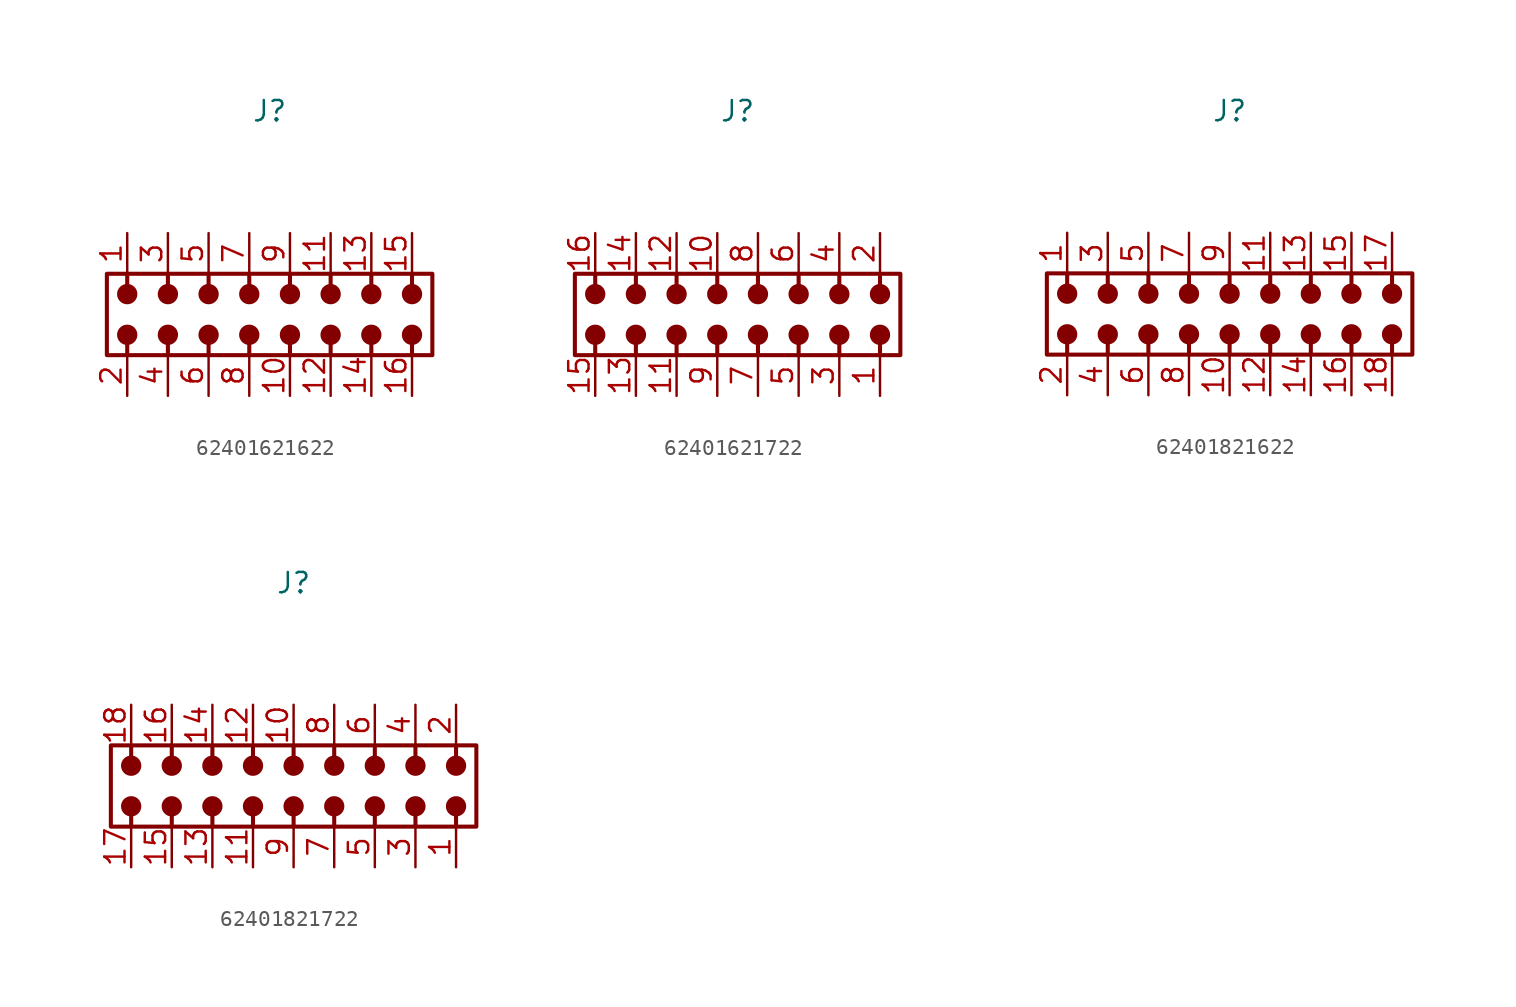
<source format=kicad_sym>
(kicad_symbol_lib
  (version 20241209)
  (generator "kicad_symbol_editor")
  (generator_version "9.0")
  (symbol "62401621622"
    (pin_names
      (hide yes))
    (property "Reference" "J"
      (at 0 12.7 0)
      (effects (font (size 1.27 1.27))))
    (symbol "62401621622_1_1"
      (rectangle (start -10.16 2.54) (end 10.16 -2.54) (stroke (width 0.254) (type solid)) (fill (type none)))
      (polyline (pts (xy -8.89 1.778) (xy -8.89 2.54)) (stroke (width 0.254) (type solid)) (fill (type none)))
      (circle (center -8.89 1.27) (radius 0.508) (stroke (width 0.254) (type solid)) (fill (type outline)))
      (circle (center -8.89 -1.27) (radius 0.508) (stroke (width 0.254) (type solid)) (fill (type outline)))
      (polyline (pts (xy -8.89 -1.778) (xy -8.89 -2.54)) (stroke (width 0.254) (type solid)) (fill (type none)))
      (polyline (pts (xy -6.35 1.778) (xy -6.35 2.54)) (stroke (width 0.254) (type solid)) (fill (type none)))
      (circle (center -6.35 1.27) (radius 0.508) (stroke (width 0.254) (type solid)) (fill (type outline)))
      (circle (center -6.35 -1.27) (radius 0.508) (stroke (width 0.254) (type solid)) (fill (type outline)))
      (polyline (pts (xy -6.35 -1.778) (xy -6.35 -2.54)) (stroke (width 0.254) (type solid)) (fill (type none)))
      (polyline (pts (xy -3.81 1.778) (xy -3.81 2.54)) (stroke (width 0.254) (type solid)) (fill (type none)))
      (circle (center -3.81 1.27) (radius 0.508) (stroke (width 0.254) (type solid)) (fill (type outline)))
      (circle (center -3.81 -1.27) (radius 0.508) (stroke (width 0.254) (type solid)) (fill (type outline)))
      (polyline (pts (xy -3.81 -1.778) (xy -3.81 -2.54)) (stroke (width 0.254) (type solid)) (fill (type none)))
      (polyline (pts (xy -1.27 1.778) (xy -1.27 2.54)) (stroke (width 0.254) (type solid)) (fill (type none)))
      (circle (center -1.27 1.27) (radius 0.508) (stroke (width 0.254) (type solid)) (fill (type outline)))
      (circle (center -1.27 -1.27) (radius 0.508) (stroke (width 0.254) (type solid)) (fill (type outline)))
      (polyline (pts (xy -1.27 -1.778) (xy -1.27 -2.54)) (stroke (width 0.254) (type solid)) (fill (type none)))
      (polyline (pts (xy 1.27 1.778) (xy 1.27 2.54)) (stroke (width 0.254) (type solid)) (fill (type none)))
      (circle (center 1.27 1.27) (radius 0.508) (stroke (width 0.254) (type solid)) (fill (type outline)))
      (circle (center 1.27 -1.27) (radius 0.508) (stroke (width 0.254) (type solid)) (fill (type outline)))
      (polyline (pts (xy 1.27 -1.778) (xy 1.27 -2.54)) (stroke (width 0.254) (type solid)) (fill (type none)))
      (polyline (pts (xy 3.81 1.778) (xy 3.81 2.54)) (stroke (width 0.254) (type solid)) (fill (type none)))
      (circle (center 3.81 1.27) (radius 0.508) (stroke (width 0.254) (type solid)) (fill (type outline)))
      (circle (center 3.81 -1.27) (radius 0.508) (stroke (width 0.254) (type solid)) (fill (type outline)))
      (polyline (pts (xy 3.81 -1.778) (xy 3.81 -2.54)) (stroke (width 0.254) (type solid)) (fill (type none)))
      (polyline (pts (xy 6.35 1.778) (xy 6.35 2.54)) (stroke (width 0.254) (type solid)) (fill (type none)))
      (circle (center 6.35 1.27) (radius 0.508) (stroke (width 0.254) (type solid)) (fill (type outline)))
      (circle (center 6.35 -1.27) (radius 0.508) (stroke (width 0.254) (type solid)) (fill (type outline)))
      (polyline (pts (xy 6.35 -1.778) (xy 6.35 -2.54)) (stroke (width 0.254) (type solid)) (fill (type none)))
      (polyline (pts (xy 8.89 1.778) (xy 8.89 2.54)) (stroke (width 0.254) (type solid)) (fill (type none)))
      (circle (center 8.89 1.27) (radius 0.508) (stroke (width 0.254) (type solid)) (fill (type outline)))
      (circle (center 8.89 -1.27) (radius 0.508) (stroke (width 0.254) (type solid)) (fill (type outline)))
      (polyline (pts (xy 8.89 -1.778) (xy 8.89 -2.54)) (stroke (width 0.254) (type solid)) (fill (type none)))
      (pin passive line (at -8.89 5.08 270) (length 2.54) (name "1" (effects (font (size 1.27 1.27)))) (number "1" (effects (font (size 1.27 1.27)))))
      (pin passive line (at -8.89 -5.08 90) (length 2.54) (name "2" (effects (font (size 1.27 1.27)))) (number "2" (effects (font (size 1.27 1.27)))))
      (pin passive line (at -6.35 5.08 270) (length 2.54) (name "3" (effects (font (size 1.27 1.27)))) (number "3" (effects (font (size 1.27 1.27)))))
      (pin passive line (at -6.35 -5.08 90) (length 2.54) (name "4" (effects (font (size 1.27 1.27)))) (number "4" (effects (font (size 1.27 1.27)))))
      (pin passive line (at -3.81 5.08 270) (length 2.54) (name "5" (effects (font (size 1.27 1.27)))) (number "5" (effects (font (size 1.27 1.27)))))
      (pin passive line (at -3.81 -5.08 90) (length 2.54) (name "6" (effects (font (size 1.27 1.27)))) (number "6" (effects (font (size 1.27 1.27)))))
      (pin passive line (at -1.27 5.08 270) (length 2.54) (name "7" (effects (font (size 1.27 1.27)))) (number "7" (effects (font (size 1.27 1.27)))))
      (pin passive line (at -1.27 -5.08 90) (length 2.54) (name "8" (effects (font (size 1.27 1.27)))) (number "8" (effects (font (size 1.27 1.27)))))
      (pin passive line (at 1.27 5.08 270) (length 2.54) (name "9" (effects (font (size 1.27 1.27)))) (number "9" (effects (font (size 1.27 1.27)))))
      (pin passive line (at 1.27 -5.08 90) (length 2.54) (name "10" (effects (font (size 1.27 1.27)))) (number "10" (effects (font (size 1.27 1.27)))))
      (pin passive line (at 3.81 5.08 270) (length 2.54) (name "11" (effects (font (size 1.27 1.27)))) (number "11" (effects (font (size 1.27 1.27)))))
      (pin passive line (at 3.81 -5.08 90) (length 2.54) (name "12" (effects (font (size 1.27 1.27)))) (number "12" (effects (font (size 1.27 1.27)))))
      (pin passive line (at 6.35 5.08 270) (length 2.54) (name "13" (effects (font (size 1.27 1.27)))) (number "13" (effects (font (size 1.27 1.27)))))
      (pin passive line (at 6.35 -5.08 90) (length 2.54) (name "14" (effects (font (size 1.27 1.27)))) (number "14" (effects (font (size 1.27 1.27)))))
      (pin passive line (at 8.89 5.08 270) (length 2.54) (name "15" (effects (font (size 1.27 1.27)))) (number "15" (effects (font (size 1.27 1.27)))))
      (pin passive line (at 8.89 -5.08 90) (length 2.54) (name "16" (effects (font (size 1.27 1.27)))) (number "16" (effects (font (size 1.27 1.27)))))))
  (symbol "62401621722"
    (pin_names
      (hide yes))
    (property "Reference" "J"
      (at 0 12.7 0)
      (effects (font (size 1.27 1.27))))
    (symbol "62401621722_1_1"
      (rectangle (start -10.16 2.54) (end 10.16 -2.54) (stroke (width 0.254) (type solid)) (fill (type none)))
      (polyline (pts (xy -8.89 1.778) (xy -8.89 2.54)) (stroke (width 0.254) (type solid)) (fill (type none)))
      (circle (center -8.89 1.27) (radius 0.508) (stroke (width 0.254) (type solid)) (fill (type outline)))
      (circle (center -8.89 -1.27) (radius 0.508) (stroke (width 0.254) (type solid)) (fill (type outline)))
      (polyline (pts (xy -8.89 -1.778) (xy -8.89 -2.54)) (stroke (width 0.254) (type solid)) (fill (type none)))
      (polyline (pts (xy -6.35 1.778) (xy -6.35 2.54)) (stroke (width 0.254) (type solid)) (fill (type none)))
      (circle (center -6.35 1.27) (radius 0.508) (stroke (width 0.254) (type solid)) (fill (type outline)))
      (circle (center -6.35 -1.27) (radius 0.508) (stroke (width 0.254) (type solid)) (fill (type outline)))
      (polyline (pts (xy -6.35 -1.778) (xy -6.35 -2.54)) (stroke (width 0.254) (type solid)) (fill (type none)))
      (polyline (pts (xy -3.81 1.778) (xy -3.81 2.54)) (stroke (width 0.254) (type solid)) (fill (type none)))
      (circle (center -3.81 1.27) (radius 0.508) (stroke (width 0.254) (type solid)) (fill (type outline)))
      (circle (center -3.81 -1.27) (radius 0.508) (stroke (width 0.254) (type solid)) (fill (type outline)))
      (polyline (pts (xy -3.81 -1.778) (xy -3.81 -2.54)) (stroke (width 0.254) (type solid)) (fill (type none)))
      (polyline (pts (xy -1.27 1.778) (xy -1.27 2.54)) (stroke (width 0.254) (type solid)) (fill (type none)))
      (circle (center -1.27 1.27) (radius 0.508) (stroke (width 0.254) (type solid)) (fill (type outline)))
      (circle (center -1.27 -1.27) (radius 0.508) (stroke (width 0.254) (type solid)) (fill (type outline)))
      (polyline (pts (xy -1.27 -1.778) (xy -1.27 -2.54)) (stroke (width 0.254) (type solid)) (fill (type none)))
      (polyline (pts (xy 1.27 1.778) (xy 1.27 2.54)) (stroke (width 0.254) (type solid)) (fill (type none)))
      (circle (center 1.27 1.27) (radius 0.508) (stroke (width 0.254) (type solid)) (fill (type outline)))
      (circle (center 1.27 -1.27) (radius 0.508) (stroke (width 0.254) (type solid)) (fill (type outline)))
      (polyline (pts (xy 1.27 -1.778) (xy 1.27 -2.54)) (stroke (width 0.254) (type solid)) (fill (type none)))
      (polyline (pts (xy 3.81 1.778) (xy 3.81 2.54)) (stroke (width 0.254) (type solid)) (fill (type none)))
      (circle (center 3.81 1.27) (radius 0.508) (stroke (width 0.254) (type solid)) (fill (type outline)))
      (circle (center 3.81 -1.27) (radius 0.508) (stroke (width 0.254) (type solid)) (fill (type outline)))
      (polyline (pts (xy 3.81 -1.778) (xy 3.81 -2.54)) (stroke (width 0.254) (type solid)) (fill (type none)))
      (polyline (pts (xy 6.35 1.778) (xy 6.35 2.54)) (stroke (width 0.254) (type solid)) (fill (type none)))
      (circle (center 6.35 1.27) (radius 0.508) (stroke (width 0.254) (type solid)) (fill (type outline)))
      (circle (center 6.35 -1.27) (radius 0.508) (stroke (width 0.254) (type solid)) (fill (type outline)))
      (polyline (pts (xy 6.35 -1.778) (xy 6.35 -2.54)) (stroke (width 0.254) (type solid)) (fill (type none)))
      (polyline (pts (xy 8.89 1.778) (xy 8.89 2.54)) (stroke (width 0.254) (type solid)) (fill (type none)))
      (circle (center 8.89 1.27) (radius 0.508) (stroke (width 0.254) (type solid)) (fill (type outline)))
      (circle (center 8.89 -1.27) (radius 0.508) (stroke (width 0.254) (type solid)) (fill (type outline)))
      (polyline (pts (xy 8.89 -1.778) (xy 8.89 -2.54)) (stroke (width 0.254) (type solid)) (fill (type none)))
      (pin passive line (at -8.89 5.08 270) (length 2.54) (name "16" (effects (font (size 1.27 1.27)))) (number "16" (effects (font (size 1.27 1.27)))))
      (pin passive line (at -8.89 -5.08 90) (length 2.54) (name "15" (effects (font (size 1.27 1.27)))) (number "15" (effects (font (size 1.27 1.27)))))
      (pin passive line (at -6.35 5.08 270) (length 2.54) (name "14" (effects (font (size 1.27 1.27)))) (number "14" (effects (font (size 1.27 1.27)))))
      (pin passive line (at -6.35 -5.08 90) (length 2.54) (name "13" (effects (font (size 1.27 1.27)))) (number "13" (effects (font (size 1.27 1.27)))))
      (pin passive line (at -3.81 5.08 270) (length 2.54) (name "12" (effects (font (size 1.27 1.27)))) (number "12" (effects (font (size 1.27 1.27)))))
      (pin passive line (at -3.81 -5.08 90) (length 2.54) (name "11" (effects (font (size 1.27 1.27)))) (number "11" (effects (font (size 1.27 1.27)))))
      (pin passive line (at -1.27 5.08 270) (length 2.54) (name "10" (effects (font (size 1.27 1.27)))) (number "10" (effects (font (size 1.27 1.27)))))
      (pin passive line (at -1.27 -5.08 90) (length 2.54) (name "9" (effects (font (size 1.27 1.27)))) (number "9" (effects (font (size 1.27 1.27)))))
      (pin passive line (at 1.27 5.08 270) (length 2.54) (name "8" (effects (font (size 1.27 1.27)))) (number "8" (effects (font (size 1.27 1.27)))))
      (pin passive line (at 1.27 -5.08 90) (length 2.54) (name "7" (effects (font (size 1.27 1.27)))) (number "7" (effects (font (size 1.27 1.27)))))
      (pin passive line (at 3.81 5.08 270) (length 2.54) (name "6" (effects (font (size 1.27 1.27)))) (number "6" (effects (font (size 1.27 1.27)))))
      (pin passive line (at 3.81 -5.08 90) (length 2.54) (name "5" (effects (font (size 1.27 1.27)))) (number "5" (effects (font (size 1.27 1.27)))))
      (pin passive line (at 6.35 5.08 270) (length 2.54) (name "4" (effects (font (size 1.27 1.27)))) (number "4" (effects (font (size 1.27 1.27)))))
      (pin passive line (at 6.35 -5.08 90) (length 2.54) (name "3" (effects (font (size 1.27 1.27)))) (number "3" (effects (font (size 1.27 1.27)))))
      (pin passive line (at 8.89 5.08 270) (length 2.54) (name "2" (effects (font (size 1.27 1.27)))) (number "2" (effects (font (size 1.27 1.27)))))
      (pin passive line (at 8.89 -5.08 90) (length 2.54) (name "1" (effects (font (size 1.27 1.27)))) (number "1" (effects (font (size 1.27 1.27)))))))
  (symbol "62401821622"
    (pin_names
      (hide yes))
    (property "Reference" "J"
      (at 0 12.7 0)
      (effects (font (size 1.27 1.27))))
    (symbol "62401821622_1_1"
      (rectangle (start -11.43 2.54) (end 11.43 -2.54) (stroke (width 0.254) (type solid)) (fill (type none)))
      (polyline (pts (xy -10.16 1.778) (xy -10.16 2.54)) (stroke (width 0.254) (type solid)) (fill (type none)))
      (circle (center -10.16 1.27) (radius 0.508) (stroke (width 0.254) (type solid)) (fill (type outline)))
      (circle (center -10.16 -1.27) (radius 0.508) (stroke (width 0.254) (type solid)) (fill (type outline)))
      (polyline (pts (xy -10.16 -1.778) (xy -10.16 -2.54)) (stroke (width 0.254) (type solid)) (fill (type none)))
      (polyline (pts (xy -7.62 1.778) (xy -7.62 2.54)) (stroke (width 0.254) (type solid)) (fill (type none)))
      (circle (center -7.62 1.27) (radius 0.508) (stroke (width 0.254) (type solid)) (fill (type outline)))
      (circle (center -7.62 -1.27) (radius 0.508) (stroke (width 0.254) (type solid)) (fill (type outline)))
      (polyline (pts (xy -7.62 -1.778) (xy -7.62 -2.54)) (stroke (width 0.254) (type solid)) (fill (type none)))
      (polyline (pts (xy -5.08 1.778) (xy -5.08 2.54)) (stroke (width 0.254) (type solid)) (fill (type none)))
      (circle (center -5.08 1.27) (radius 0.508) (stroke (width 0.254) (type solid)) (fill (type outline)))
      (circle (center -5.08 -1.27) (radius 0.508) (stroke (width 0.254) (type solid)) (fill (type outline)))
      (polyline (pts (xy -5.08 -1.778) (xy -5.08 -2.54)) (stroke (width 0.254) (type solid)) (fill (type none)))
      (polyline (pts (xy -2.54 1.778) (xy -2.54 2.54)) (stroke (width 0.254) (type solid)) (fill (type none)))
      (circle (center -2.54 1.27) (radius 0.508) (stroke (width 0.254) (type solid)) (fill (type outline)))
      (circle (center -2.54 -1.27) (radius 0.508) (stroke (width 0.254) (type solid)) (fill (type outline)))
      (polyline (pts (xy -2.54 -1.778) (xy -2.54 -2.54)) (stroke (width 0.254) (type solid)) (fill (type none)))
      (polyline (pts (xy 0 1.778) (xy 0 2.54)) (stroke (width 0.254) (type solid)) (fill (type none)))
      (circle (center 0 1.27) (radius 0.508) (stroke (width 0.254) (type solid)) (fill (type outline)))
      (circle (center 0 -1.27) (radius 0.508) (stroke (width 0.254) (type solid)) (fill (type outline)))
      (polyline (pts (xy 0 -1.778) (xy 0 -2.54)) (stroke (width 0.254) (type solid)) (fill (type none)))
      (polyline (pts (xy 2.54 1.778) (xy 2.54 2.54)) (stroke (width 0.254) (type solid)) (fill (type none)))
      (circle (center 2.54 1.27) (radius 0.508) (stroke (width 0.254) (type solid)) (fill (type outline)))
      (circle (center 2.54 -1.27) (radius 0.508) (stroke (width 0.254) (type solid)) (fill (type outline)))
      (polyline (pts (xy 2.54 -1.778) (xy 2.54 -2.54)) (stroke (width 0.254) (type solid)) (fill (type none)))
      (polyline (pts (xy 5.08 1.778) (xy 5.08 2.54)) (stroke (width 0.254) (type solid)) (fill (type none)))
      (circle (center 5.08 1.27) (radius 0.508) (stroke (width 0.254) (type solid)) (fill (type outline)))
      (circle (center 5.08 -1.27) (radius 0.508) (stroke (width 0.254) (type solid)) (fill (type outline)))
      (polyline (pts (xy 5.08 -1.778) (xy 5.08 -2.54)) (stroke (width 0.254) (type solid)) (fill (type none)))
      (polyline (pts (xy 7.62 1.778) (xy 7.62 2.54)) (stroke (width 0.254) (type solid)) (fill (type none)))
      (circle (center 7.62 1.27) (radius 0.508) (stroke (width 0.254) (type solid)) (fill (type outline)))
      (circle (center 7.62 -1.27) (radius 0.508) (stroke (width 0.254) (type solid)) (fill (type outline)))
      (polyline (pts (xy 7.62 -1.778) (xy 7.62 -2.54)) (stroke (width 0.254) (type solid)) (fill (type none)))
      (polyline (pts (xy 10.16 1.778) (xy 10.16 2.54)) (stroke (width 0.254) (type solid)) (fill (type none)))
      (circle (center 10.16 1.27) (radius 0.508) (stroke (width 0.254) (type solid)) (fill (type outline)))
      (circle (center 10.16 -1.27) (radius 0.508) (stroke (width 0.254) (type solid)) (fill (type outline)))
      (polyline (pts (xy 10.16 -1.778) (xy 10.16 -2.54)) (stroke (width 0.254) (type solid)) (fill (type none)))
      (pin passive line (at -10.16 5.08 270) (length 2.54) (name "1" (effects (font (size 1.27 1.27)))) (number "1" (effects (font (size 1.27 1.27)))))
      (pin passive line (at -10.16 -5.08 90) (length 2.54) (name "2" (effects (font (size 1.27 1.27)))) (number "2" (effects (font (size 1.27 1.27)))))
      (pin passive line (at -7.62 5.08 270) (length 2.54) (name "3" (effects (font (size 1.27 1.27)))) (number "3" (effects (font (size 1.27 1.27)))))
      (pin passive line (at -7.62 -5.08 90) (length 2.54) (name "4" (effects (font (size 1.27 1.27)))) (number "4" (effects (font (size 1.27 1.27)))))
      (pin passive line (at -5.08 5.08 270) (length 2.54) (name "5" (effects (font (size 1.27 1.27)))) (number "5" (effects (font (size 1.27 1.27)))))
      (pin passive line (at -5.08 -5.08 90) (length 2.54) (name "6" (effects (font (size 1.27 1.27)))) (number "6" (effects (font (size 1.27 1.27)))))
      (pin passive line (at -2.54 5.08 270) (length 2.54) (name "7" (effects (font (size 1.27 1.27)))) (number "7" (effects (font (size 1.27 1.27)))))
      (pin passive line (at -2.54 -5.08 90) (length 2.54) (name "8" (effects (font (size 1.27 1.27)))) (number "8" (effects (font (size 1.27 1.27)))))
      (pin passive line (at 0 5.08 270) (length 2.54) (name "9" (effects (font (size 1.27 1.27)))) (number "9" (effects (font (size 1.27 1.27)))))
      (pin passive line (at 0 -5.08 90) (length 2.54) (name "10" (effects (font (size 1.27 1.27)))) (number "10" (effects (font (size 1.27 1.27)))))
      (pin passive line (at 2.54 5.08 270) (length 2.54) (name "11" (effects (font (size 1.27 1.27)))) (number "11" (effects (font (size 1.27 1.27)))))
      (pin passive line (at 2.54 -5.08 90) (length 2.54) (name "12" (effects (font (size 1.27 1.27)))) (number "12" (effects (font (size 1.27 1.27)))))
      (pin passive line (at 5.08 5.08 270) (length 2.54) (name "13" (effects (font (size 1.27 1.27)))) (number "13" (effects (font (size 1.27 1.27)))))
      (pin passive line (at 5.08 -5.08 90) (length 2.54) (name "14" (effects (font (size 1.27 1.27)))) (number "14" (effects (font (size 1.27 1.27)))))
      (pin passive line (at 7.62 5.08 270) (length 2.54) (name "15" (effects (font (size 1.27 1.27)))) (number "15" (effects (font (size 1.27 1.27)))))
      (pin passive line (at 7.62 -5.08 90) (length 2.54) (name "16" (effects (font (size 1.27 1.27)))) (number "16" (effects (font (size 1.27 1.27)))))
      (pin passive line (at 10.16 5.08 270) (length 2.54) (name "17" (effects (font (size 1.27 1.27)))) (number "17" (effects (font (size 1.27 1.27)))))
      (pin passive line (at 10.16 -5.08 90) (length 2.54) (name "18" (effects (font (size 1.27 1.27)))) (number "18" (effects (font (size 1.27 1.27)))))))
  (symbol "62401821722"
    (pin_names
      (hide yes))
    (property "Reference" "J"
      (at 0 12.7 0)
      (effects (font (size 1.27 1.27))))
    (symbol "62401821722_1_1"
      (rectangle (start -11.43 2.54) (end 11.43 -2.54) (stroke (width 0.254) (type solid)) (fill (type none)))
      (polyline (pts (xy -10.16 1.778) (xy -10.16 2.54)) (stroke (width 0.254) (type solid)) (fill (type none)))
      (circle (center -10.16 1.27) (radius 0.508) (stroke (width 0.254) (type solid)) (fill (type outline)))
      (circle (center -10.16 -1.27) (radius 0.508) (stroke (width 0.254) (type solid)) (fill (type outline)))
      (polyline (pts (xy -10.16 -1.778) (xy -10.16 -2.54)) (stroke (width 0.254) (type solid)) (fill (type none)))
      (polyline (pts (xy -7.62 1.778) (xy -7.62 2.54)) (stroke (width 0.254) (type solid)) (fill (type none)))
      (circle (center -7.62 1.27) (radius 0.508) (stroke (width 0.254) (type solid)) (fill (type outline)))
      (circle (center -7.62 -1.27) (radius 0.508) (stroke (width 0.254) (type solid)) (fill (type outline)))
      (polyline (pts (xy -7.62 -1.778) (xy -7.62 -2.54)) (stroke (width 0.254) (type solid)) (fill (type none)))
      (polyline (pts (xy -5.08 1.778) (xy -5.08 2.54)) (stroke (width 0.254) (type solid)) (fill (type none)))
      (circle (center -5.08 1.27) (radius 0.508) (stroke (width 0.254) (type solid)) (fill (type outline)))
      (circle (center -5.08 -1.27) (radius 0.508) (stroke (width 0.254) (type solid)) (fill (type outline)))
      (polyline (pts (xy -5.08 -1.778) (xy -5.08 -2.54)) (stroke (width 0.254) (type solid)) (fill (type none)))
      (polyline (pts (xy -2.54 1.778) (xy -2.54 2.54)) (stroke (width 0.254) (type solid)) (fill (type none)))
      (circle (center -2.54 1.27) (radius 0.508) (stroke (width 0.254) (type solid)) (fill (type outline)))
      (circle (center -2.54 -1.27) (radius 0.508) (stroke (width 0.254) (type solid)) (fill (type outline)))
      (polyline (pts (xy -2.54 -1.778) (xy -2.54 -2.54)) (stroke (width 0.254) (type solid)) (fill (type none)))
      (polyline (pts (xy 0 1.778) (xy 0 2.54)) (stroke (width 0.254) (type solid)) (fill (type none)))
      (circle (center 0 1.27) (radius 0.508) (stroke (width 0.254) (type solid)) (fill (type outline)))
      (circle (center 0 -1.27) (radius 0.508) (stroke (width 0.254) (type solid)) (fill (type outline)))
      (polyline (pts (xy 0 -1.778) (xy 0 -2.54)) (stroke (width 0.254) (type solid)) (fill (type none)))
      (polyline (pts (xy 2.54 1.778) (xy 2.54 2.54)) (stroke (width 0.254) (type solid)) (fill (type none)))
      (circle (center 2.54 1.27) (radius 0.508) (stroke (width 0.254) (type solid)) (fill (type outline)))
      (circle (center 2.54 -1.27) (radius 0.508) (stroke (width 0.254) (type solid)) (fill (type outline)))
      (polyline (pts (xy 2.54 -1.778) (xy 2.54 -2.54)) (stroke (width 0.254) (type solid)) (fill (type none)))
      (polyline (pts (xy 5.08 1.778) (xy 5.08 2.54)) (stroke (width 0.254) (type solid)) (fill (type none)))
      (circle (center 5.08 1.27) (radius 0.508) (stroke (width 0.254) (type solid)) (fill (type outline)))
      (circle (center 5.08 -1.27) (radius 0.508) (stroke (width 0.254) (type solid)) (fill (type outline)))
      (polyline (pts (xy 5.08 -1.778) (xy 5.08 -2.54)) (stroke (width 0.254) (type solid)) (fill (type none)))
      (polyline (pts (xy 7.62 1.778) (xy 7.62 2.54)) (stroke (width 0.254) (type solid)) (fill (type none)))
      (circle (center 7.62 1.27) (radius 0.508) (stroke (width 0.254) (type solid)) (fill (type outline)))
      (circle (center 7.62 -1.27) (radius 0.508) (stroke (width 0.254) (type solid)) (fill (type outline)))
      (polyline (pts (xy 7.62 -1.778) (xy 7.62 -2.54)) (stroke (width 0.254) (type solid)) (fill (type none)))
      (polyline (pts (xy 10.16 1.778) (xy 10.16 2.54)) (stroke (width 0.254) (type solid)) (fill (type none)))
      (circle (center 10.16 1.27) (radius 0.508) (stroke (width 0.254) (type solid)) (fill (type outline)))
      (circle (center 10.16 -1.27) (radius 0.508) (stroke (width 0.254) (type solid)) (fill (type outline)))
      (polyline (pts (xy 10.16 -1.778) (xy 10.16 -2.54)) (stroke (width 0.254) (type solid)) (fill (type none)))
      (pin passive line (at -10.16 5.08 270) (length 2.54) (name "18" (effects (font (size 1.27 1.27)))) (number "18" (effects (font (size 1.27 1.27)))))
      (pin passive line (at -10.16 -5.08 90) (length 2.54) (name "17" (effects (font (size 1.27 1.27)))) (number "17" (effects (font (size 1.27 1.27)))))
      (pin passive line (at -7.62 5.08 270) (length 2.54) (name "16" (effects (font (size 1.27 1.27)))) (number "16" (effects (font (size 1.27 1.27)))))
      (pin passive line (at -7.62 -5.08 90) (length 2.54) (name "15" (effects (font (size 1.27 1.27)))) (number "15" (effects (font (size 1.27 1.27)))))
      (pin passive line (at -5.08 5.08 270) (length 2.54) (name "14" (effects (font (size 1.27 1.27)))) (number "14" (effects (font (size 1.27 1.27)))))
      (pin passive line (at -5.08 -5.08 90) (length 2.54) (name "13" (effects (font (size 1.27 1.27)))) (number "13" (effects (font (size 1.27 1.27)))))
      (pin passive line (at -2.54 5.08 270) (length 2.54) (name "12" (effects (font (size 1.27 1.27)))) (number "12" (effects (font (size 1.27 1.27)))))
      (pin passive line (at -2.54 -5.08 90) (length 2.54) (name "11" (effects (font (size 1.27 1.27)))) (number "11" (effects (font (size 1.27 1.27)))))
      (pin passive line (at 0 5.08 270) (length 2.54) (name "10" (effects (font (size 1.27 1.27)))) (number "10" (effects (font (size 1.27 1.27)))))
      (pin passive line (at 0 -5.08 90) (length 2.54) (name "9" (effects (font (size 1.27 1.27)))) (number "9" (effects (font (size 1.27 1.27)))))
      (pin passive line (at 2.54 5.08 270) (length 2.54) (name "8" (effects (font (size 1.27 1.27)))) (number "8" (effects (font (size 1.27 1.27)))))
      (pin passive line (at 2.54 -5.08 90) (length 2.54) (name "7" (effects (font (size 1.27 1.27)))) (number "7" (effects (font (size 1.27 1.27)))))
      (pin passive line (at 5.08 5.08 270) (length 2.54) (name "6" (effects (font (size 1.27 1.27)))) (number "6" (effects (font (size 1.27 1.27)))))
      (pin passive line (at 5.08 -5.08 90) (length 2.54) (name "5" (effects (font (size 1.27 1.27)))) (number "5" (effects (font (size 1.27 1.27)))))
      (pin passive line (at 7.62 5.08 270) (length 2.54) (name "4" (effects (font (size 1.27 1.27)))) (number "4" (effects (font (size 1.27 1.27)))))
      (pin passive line (at 7.62 -5.08 90) (length 2.54) (name "3" (effects (font (size 1.27 1.27)))) (number "3" (effects (font (size 1.27 1.27)))))
      (pin passive line (at 10.16 5.08 270) (length 2.54) (name "2" (effects (font (size 1.27 1.27)))) (number "2" (effects (font (size 1.27 1.27)))))
      (pin passive line (at 10.16 -5.08 90) (length 2.54) (name "1" (effects (font (size 1.27 1.27)))) (number "1" (effects (font (size 1.27 1.27))))))))
</source>
